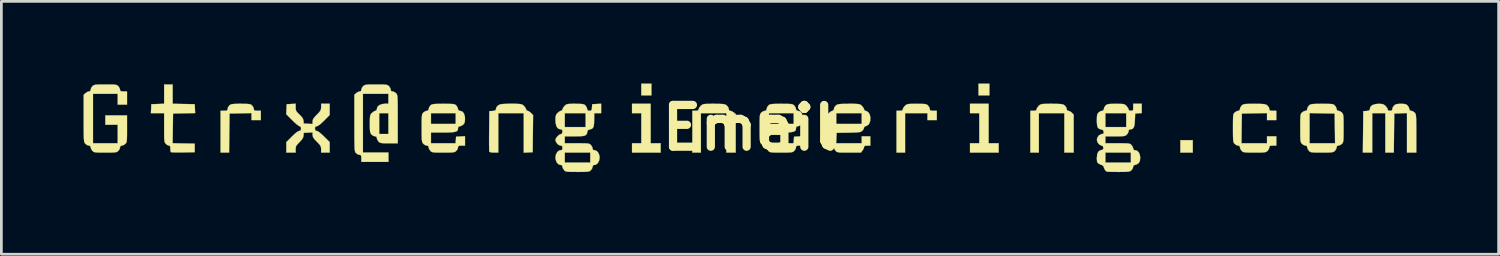
<source format=kicad_pcb>
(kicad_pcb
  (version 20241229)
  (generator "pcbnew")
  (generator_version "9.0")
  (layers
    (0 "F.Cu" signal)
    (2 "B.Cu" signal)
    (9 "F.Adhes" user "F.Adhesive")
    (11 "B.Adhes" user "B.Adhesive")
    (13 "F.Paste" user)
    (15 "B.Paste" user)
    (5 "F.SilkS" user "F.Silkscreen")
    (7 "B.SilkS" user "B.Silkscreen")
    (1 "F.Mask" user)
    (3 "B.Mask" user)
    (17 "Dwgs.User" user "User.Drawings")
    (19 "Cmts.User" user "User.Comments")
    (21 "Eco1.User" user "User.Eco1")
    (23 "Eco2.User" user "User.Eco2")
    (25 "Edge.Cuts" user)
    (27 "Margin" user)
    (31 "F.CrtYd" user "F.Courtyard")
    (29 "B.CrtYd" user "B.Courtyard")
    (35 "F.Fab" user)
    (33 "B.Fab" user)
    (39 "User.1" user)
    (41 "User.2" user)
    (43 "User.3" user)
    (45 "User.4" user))
  (footprint "Email"
    (layer "F.Cu")
    (at 24.304 1.614)
    (property "Reference" "Email" (at 0 0 0) (layer "F.SilkS") (effects (font (size 1.524 1.524) (thickness 0.3))))
    (attr through_hole)
    (fp_poly (pts (xy -3.584 -1.185) (xy -3.951 -1.185) (xy -3.951 -1.609) (xy -3.584 -1.609) (xy -3.584 -1.185)) (stroke (width 0.01) (type solid)) (fill yes) (layer "F.SilkS"))
    (fp_poly (pts (xy 8.749 -1.185) (xy 8.354 -1.185) (xy 8.354 -1.609) (xy 8.749 -1.609) (xy 8.749 -1.185)) (stroke (width 0.01) (type solid)) (fill yes) (layer "F.SilkS"))
    (fp_poly (pts (xy 16.171 0.903) (xy 15.72 0.903) (xy 15.72 0.452) (xy 16.171 0.452) (xy 16.171 0.903)) (stroke (width 0.01) (type solid)) (fill yes) (layer "F.SilkS"))
    (fp_poly (pts (xy -3.612 0.564) (xy -3.246 0.564) (xy -3.246 0.903) (xy -4.29 0.903) (xy -4.29 0.564) (xy -3.951 0.564) (xy -3.951 -0.536) (xy -4.29 -0.536) (xy -4.29 -0.875) (xy -3.612 -0.875) (xy -3.612 0.564)) (stroke (width 0.01) (type solid)) (fill yes) (layer "F.SilkS"))
    (fp_poly (pts (xy 8.721 0.564) (xy 9.088 0.564) (xy 9.088 0.903) (xy 8.043 0.903) (xy 8.043 0.564) (xy 8.382 0.564) (xy 8.382 -0.536) (xy 8.043 -0.536) (xy 8.043 -0.875) (xy 8.721 -0.875) (xy 8.721 0.564)) (stroke (width 0.01) (type solid)) (fill yes) (layer "F.SilkS"))
    (fp_poly (pts (xy 6.248 -0.874) (xy 6.35 -0.871) (xy 6.418 -0.864) (xy 6.462 -0.851) (xy 6.493 -0.83) (xy 6.514 -0.81) (xy 6.558 -0.744) (xy 6.576 -0.683) (xy 6.583 -0.644) (xy 6.613 -0.626) (xy 6.682 -0.621) (xy 6.703 -0.621) (xy 6.83 -0.621) (xy 6.83 -0.282) (xy 6.491 -0.282) (xy 6.491 -0.536) (xy 5.673 -0.536) (xy 5.673 0.903) (xy 5.362 0.903) (xy 5.362 -0.621) (xy 5.475 -0.621) (xy 5.55 -0.626) (xy 5.583 -0.646) (xy 5.588 -0.672) (xy 5.607 -0.724) (xy 5.655 -0.787) (xy 5.667 -0.799) (xy 5.702 -0.831) (xy 5.737 -0.852) (xy 5.784 -0.865) (xy 5.853 -0.872) (xy 5.957 -0.874) (xy 6.1 -0.875) (xy 6.248 -0.874)) (stroke (width 0.01) (type solid)) (fill yes) (layer "F.SilkS"))
    (fp_poly (pts (xy -18.418 -0.874) (xy -18.316 -0.871) (xy -18.248 -0.864) (xy -18.204 -0.851) (xy -18.173 -0.83) (xy -18.152 -0.81) (xy -18.108 -0.744) (xy -18.09 -0.683) (xy -18.084 -0.644) (xy -18.053 -0.626) (xy -17.984 -0.621) (xy -17.963 -0.621) (xy -17.836 -0.621) (xy -17.836 -0.282) (xy -18.175 -0.282) (xy -18.175 -0.538) (xy -18.577 -0.53) (xy -18.979 -0.522) (xy -18.995 0.903) (xy -19.304 0.903) (xy -19.304 -0.621) (xy -19.177 -0.621) (xy -19.098 -0.624) (xy -19.061 -0.639) (xy -19.05 -0.672) (xy -19.05 -0.687) (xy -19.03 -0.752) (xy -18.985 -0.814) (xy -18.953 -0.839) (xy -18.915 -0.857) (xy -18.86 -0.867) (xy -18.776 -0.873) (xy -18.653 -0.875) (xy -18.566 -0.875) (xy -18.418 -0.874)) (stroke (width 0.01) (type solid)) (fill yes) (layer "F.SilkS"))
    (fp_poly (pts (xy -1.148 -0.874) (xy -1.034 -0.871) (xy -0.955 -0.864) (xy -0.902 -0.853) (xy -0.863 -0.835) (xy -0.836 -0.816) (xy -0.78 -0.75) (xy -0.762 -0.689) (xy -0.747 -0.634) (xy -0.709 -0.621) (xy -0.651 -0.604) (xy -0.584 -0.564) (xy -0.582 -0.562) (xy -0.508 -0.504) (xy -0.508 0.903) (xy -0.847 0.903) (xy -0.847 -0.536) (xy -1.778 -0.536) (xy -1.778 0.903) (xy -2.088 0.903) (xy -2.088 -0.621) (xy -1.976 -0.621) (xy -1.901 -0.626) (xy -1.868 -0.646) (xy -1.863 -0.672) (xy -1.843 -0.724) (xy -1.796 -0.787) (xy -1.784 -0.799) (xy -1.75 -0.829) (xy -1.718 -0.85) (xy -1.674 -0.863) (xy -1.61 -0.871) (xy -1.515 -0.874) (xy -1.378 -0.875) (xy -1.308 -0.875) (xy -1.148 -0.874)) (stroke (width 0.01) (type solid)) (fill yes) (layer "F.SilkS"))
    (fp_poly (pts (xy 11.186 -0.874) (xy 11.299 -0.871) (xy 11.378 -0.864) (xy 11.431 -0.853) (xy 11.47 -0.835) (xy 11.497 -0.816) (xy 11.553 -0.75) (xy 11.571 -0.689) (xy 11.585 -0.635) (xy 11.629 -0.621) (xy 11.688 -0.602) (xy 11.752 -0.555) (xy 11.756 -0.552) (xy 11.825 -0.482) (xy 11.825 0.903) (xy 11.486 0.903) (xy 11.486 -0.536) (xy 10.555 -0.536) (xy 10.555 0.903) (xy 10.245 0.903) (xy 10.245 -0.621) (xy 10.358 -0.621) (xy 10.432 -0.626) (xy 10.465 -0.646) (xy 10.47 -0.672) (xy 10.49 -0.724) (xy 10.537 -0.787) (xy 10.55 -0.799) (xy 10.583 -0.829) (xy 10.616 -0.85) (xy 10.659 -0.863) (xy 10.723 -0.871) (xy 10.818 -0.874) (xy 10.955 -0.875) (xy 11.026 -0.875) (xy 11.186 -0.874)) (stroke (width 0.01) (type solid)) (fill yes) (layer "F.SilkS"))
    (fp_poly (pts (xy -21.054 -0.876) (xy -20.652 -0.869) (xy -20.249 -0.861) (xy -20.241 -0.699) (xy -20.233 -0.538) (xy -21.04 -0.522) (xy -21.055 0.563) (xy -20.652 0.571) (xy -20.249 0.579) (xy -20.249 0.889) (xy -20.674 0.897) (xy -20.824 0.898) (xy -20.953 0.897) (xy -21.052 0.894) (xy -21.109 0.888) (xy -21.119 0.885) (xy -21.132 0.846) (xy -21.138 0.776) (xy -21.138 0.757) (xy -21.144 0.684) (xy -21.166 0.653) (xy -21.19 0.649) (xy -21.245 0.63) (xy -21.303 0.584) (xy -21.324 0.558) (xy -21.34 0.528) (xy -21.351 0.485) (xy -21.358 0.42) (xy -21.362 0.326) (xy -21.364 0.193) (xy -21.364 0.013) (xy -21.364 -0.009) (xy -21.364 -0.536) (xy -21.847 -0.536) (xy -21.83 -0.861) (xy -21.597 -0.869) (xy -21.364 -0.877) (xy -21.364 -1.58) (xy -21.054 -1.58) (xy -21.054 -0.876)) (stroke (width 0.01) (type solid)) (fill yes) (layer "F.SilkS"))
    (fp_poly (pts (xy -8.548 -0.875) (xy -8.439 -0.872) (xy -8.365 -0.866) (xy -8.315 -0.855) (xy -8.279 -0.837) (xy -8.247 -0.81) (xy -8.235 -0.799) (xy -8.184 -0.737) (xy -8.157 -0.681) (xy -8.156 -0.672) (xy -8.134 -0.628) (xy -8.105 -0.621) (xy -8.053 -0.602) (xy -7.99 -0.554) (xy -7.978 -0.541) (xy -7.901 -0.461) (xy -7.909 0.214) (xy -7.916 0.889) (xy -8.241 0.906) (xy -8.241 -0.536) (xy -9.172 -0.536) (xy -9.172 0.903) (xy -9.328 0.903) (xy -9.433 0.897) (xy -9.49 0.878) (xy -9.498 0.867) (xy -9.502 0.83) (xy -9.504 0.745) (xy -9.506 0.619) (xy -9.506 0.461) (xy -9.506 0.278) (xy -9.504 0.112) (xy -9.497 -0.607) (xy -9.377 -0.615) (xy -9.301 -0.625) (xy -9.266 -0.645) (xy -9.257 -0.686) (xy -9.257 -0.691) (xy -9.231 -0.762) (xy -9.175 -0.817) (xy -9.136 -0.84) (xy -9.091 -0.857) (xy -9.029 -0.867) (xy -8.939 -0.872) (xy -8.811 -0.875) (xy -8.704 -0.875) (xy -8.548 -0.875)) (stroke (width 0.01) (type solid)) (fill yes) (layer "F.SilkS"))
    (fp_poly (pts (xy 23.873 -0.872) (xy 23.941 -0.859) (xy 23.989 -0.832) (xy 24.012 -0.81) (xy 24.056 -0.744) (xy 24.074 -0.683) (xy 24.089 -0.634) (xy 24.139 -0.621) (xy 24.205 -0.601) (xy 24.266 -0.556) (xy 24.285 -0.533) (xy 24.3 -0.507) (xy 24.311 -0.471) (xy 24.318 -0.416) (xy 24.323 -0.336) (xy 24.326 -0.224) (xy 24.327 -0.072) (xy 24.328 0.127) (xy 24.328 0.206) (xy 24.328 0.903) (xy 23.989 0.903) (xy 23.989 -0.539) (xy 23.756 -0.53) (xy 23.523 -0.522) (xy 23.508 0.903) (xy 23.199 0.903) (xy 23.199 -0.536) (xy 22.719 -0.536) (xy 22.719 0.903) (xy 22.379 0.903) (xy 22.387 0.148) (xy 22.394 -0.607) (xy 22.514 -0.615) (xy 22.59 -0.625) (xy 22.625 -0.645) (xy 22.634 -0.686) (xy 22.634 -0.691) (xy 22.66 -0.773) (xy 22.733 -0.832) (xy 22.849 -0.867) (xy 22.954 -0.875) (xy 23.057 -0.871) (xy 23.125 -0.856) (xy 23.178 -0.822) (xy 23.204 -0.799) (xy 23.256 -0.737) (xy 23.282 -0.681) (xy 23.283 -0.672) (xy 23.299 -0.634) (xy 23.356 -0.621) (xy 23.368 -0.621) (xy 23.429 -0.629) (xy 23.451 -0.661) (xy 23.453 -0.687) (xy 23.473 -0.752) (xy 23.518 -0.814) (xy 23.567 -0.849) (xy 23.63 -0.868) (xy 23.725 -0.875) (xy 23.767 -0.875) (xy 23.873 -0.872)) (stroke (width 0.01) (type solid)) (fill yes) (layer "F.SilkS"))
    (fp_poly (pts (xy 18.58 -0.874) (xy 18.694 -0.871) (xy 18.772 -0.864) (xy 18.826 -0.853) (xy 18.864 -0.835) (xy 18.891 -0.816) (xy 18.947 -0.75) (xy 18.965 -0.689) (xy 18.971 -0.647) (xy 18.998 -0.627) (xy 19.061 -0.621) (xy 19.092 -0.621) (xy 19.219 -0.621) (xy 19.219 -0.282) (xy 18.881 -0.282) (xy 18.881 -0.538) (xy 18.422 -0.53) (xy 17.963 -0.522) (xy 17.948 0.564) (xy 18.881 0.564) (xy 18.881 0.31) (xy 19.219 0.31) (xy 19.219 0.649) (xy 19.092 0.649) (xy 19.014 0.652) (xy 18.977 0.667) (xy 18.966 0.701) (xy 18.965 0.715) (xy 18.945 0.781) (xy 18.9 0.842) (xy 18.871 0.866) (xy 18.836 0.883) (xy 18.786 0.893) (xy 18.71 0.9) (xy 18.599 0.902) (xy 18.443 0.903) (xy 18.425 0.903) (xy 18.265 0.903) (xy 18.151 0.9) (xy 18.073 0.895) (xy 18.023 0.885) (xy 17.989 0.869) (xy 17.962 0.846) (xy 17.954 0.838) (xy 17.91 0.772) (xy 17.893 0.711) (xy 17.877 0.662) (xy 17.827 0.649) (xy 17.761 0.629) (xy 17.7 0.584) (xy 17.678 0.558) (xy 17.662 0.527) (xy 17.651 0.483) (xy 17.645 0.417) (xy 17.641 0.32) (xy 17.639 0.184) (xy 17.639 0.01) (xy 17.639 -0.171) (xy 17.641 -0.304) (xy 17.644 -0.398) (xy 17.651 -0.462) (xy 17.662 -0.504) (xy 17.678 -0.532) (xy 17.701 -0.556) (xy 17.704 -0.56) (xy 17.77 -0.604) (xy 17.831 -0.621) (xy 17.88 -0.636) (xy 17.893 -0.687) (xy 17.913 -0.752) (xy 17.958 -0.814) (xy 17.988 -0.838) (xy 18.023 -0.855) (xy 18.075 -0.866) (xy 18.152 -0.872) (xy 18.265 -0.874) (xy 18.42 -0.875) (xy 18.58 -0.874)) (stroke (width 0.01) (type solid)) (fill yes) (layer "F.SilkS"))
    (fp_poly (pts (xy -23.345 -1.58) (xy -23.231 -1.578) (xy -23.153 -1.572) (xy -23.103 -1.562) (xy -23.069 -1.546) (xy -23.042 -1.523) (xy -23.034 -1.515) (xy -22.99 -1.449) (xy -22.973 -1.388) (xy -22.966 -1.35) (xy -22.935 -1.332) (xy -22.866 -1.327) (xy -22.846 -1.326) (xy -22.719 -1.326) (xy -22.719 -0.847) (xy -23.058 -0.847) (xy -23.058 -1.242) (xy -23.961 -1.242) (xy -23.961 0.564) (xy -23.058 0.564) (xy -23.058 -0.113) (xy -23.509 -0.113) (xy -23.509 -0.452) (xy -22.719 -0.452) (xy -22.719 0.037) (xy -22.719 0.215) (xy -22.721 0.344) (xy -22.725 0.435) (xy -22.732 0.496) (xy -22.744 0.536) (xy -22.761 0.564) (xy -22.784 0.588) (xy -22.85 0.632) (xy -22.911 0.649) (xy -22.96 0.665) (xy -22.973 0.715) (xy -22.993 0.781) (xy -23.038 0.842) (xy -23.068 0.866) (xy -23.102 0.883) (xy -23.152 0.893) (xy -23.228 0.9) (xy -23.339 0.902) (xy -23.496 0.903) (xy -23.513 0.903) (xy -23.674 0.903) (xy -23.788 0.9) (xy -23.865 0.895) (xy -23.916 0.885) (xy -23.949 0.869) (xy -23.976 0.846) (xy -23.984 0.838) (xy -24.028 0.772) (xy -24.045 0.711) (xy -24.061 0.662) (xy -24.111 0.649) (xy -24.177 0.629) (xy -24.238 0.584) (xy -24.255 0.564) (xy -24.269 0.541) (xy -24.28 0.508) (xy -24.287 0.46) (xy -24.293 0.389) (xy -24.296 0.29) (xy -24.298 0.155) (xy -24.299 -0.02) (xy -24.299 -0.243) (xy -24.299 -0.343) (xy -24.299 -1.204) (xy -24.234 -1.265) (xy -24.168 -1.309) (xy -24.107 -1.326) (xy -24.058 -1.342) (xy -24.045 -1.392) (xy -24.025 -1.458) (xy -23.98 -1.519) (xy -23.951 -1.543) (xy -23.916 -1.56) (xy -23.866 -1.571) (xy -23.79 -1.577) (xy -23.679 -1.58) (xy -23.523 -1.58) (xy -23.505 -1.58) (xy -23.345 -1.58)) (stroke (width 0.01) (type solid)) (fill yes) (layer "F.SilkS"))
    (fp_poly (pts (xy -16.566 -0.746) (xy -16.563 -0.672) (xy -16.545 -0.616) (xy -16.505 -0.56) (xy -16.431 -0.487) (xy -16.427 -0.484) (xy -16.344 -0.397) (xy -16.297 -0.326) (xy -16.279 -0.255) (xy -16.279 -0.254) (xy -16.27 -0.155) (xy -16.108 -0.147) (xy -15.946 -0.138) (xy -15.946 -0.232) (xy -15.938 -0.291) (xy -15.908 -0.349) (xy -15.849 -0.42) (xy -15.79 -0.48) (xy -15.71 -0.562) (xy -15.664 -0.622) (xy -15.642 -0.675) (xy -15.635 -0.737) (xy -15.635 -0.754) (xy -15.635 -0.875) (xy -15.325 -0.875) (xy -15.325 -0.467) (xy -15.529 -0.262) (xy -15.647 -0.149) (xy -15.737 -0.08) (xy -15.796 -0.056) (xy -15.797 -0.056) (xy -15.843 -0.046) (xy -15.86 -0.003) (xy -15.861 0.028) (xy -15.853 0.089) (xy -15.82 0.111) (xy -15.798 0.113) (xy -15.743 0.135) (xy -15.658 0.198) (xy -15.547 0.3) (xy -15.53 0.317) (xy -15.325 0.521) (xy -15.325 0.903) (xy -15.635 0.903) (xy -15.635 0.782) (xy -15.639 0.716) (xy -15.657 0.662) (xy -15.697 0.605) (xy -15.769 0.529) (xy -15.79 0.508) (xy -15.874 0.421) (xy -15.921 0.356) (xy -15.942 0.299) (xy -15.946 0.261) (xy -15.946 0.167) (xy -16.108 0.175) (xy -16.27 0.183) (xy -16.279 0.285) (xy -16.295 0.355) (xy -16.338 0.427) (xy -16.417 0.513) (xy -16.427 0.524) (xy -16.502 0.602) (xy -16.545 0.661) (xy -16.563 0.718) (xy -16.566 0.782) (xy -16.566 0.903) (xy -16.905 0.903) (xy -16.905 0.523) (xy -16.701 0.318) (xy -16.582 0.206) (xy -16.493 0.137) (xy -16.434 0.113) (xy -16.433 0.113) (xy -16.387 0.102) (xy -16.37 0.06) (xy -16.369 0.028) (xy -16.379 -0.035) (xy -16.413 -0.056) (xy -16.419 -0.056) (xy -16.458 -0.076) (xy -16.526 -0.127) (xy -16.612 -0.203) (xy -16.689 -0.277) (xy -16.908 -0.498) (xy -16.9 -0.679) (xy -16.891 -0.861) (xy -16.729 -0.869) (xy -16.566 -0.878) (xy -16.566 -0.746)) (stroke (width 0.01) (type solid)) (fill yes) (layer "F.SilkS"))
    (fp_poly (pts (xy 3.779 -0.875) (xy 3.89 -0.872) (xy 3.965 -0.867) (xy 4.016 -0.856) (xy 4.052 -0.839) (xy 4.083 -0.813) (xy 4.098 -0.799) (xy 4.149 -0.737) (xy 4.176 -0.681) (xy 4.177 -0.672) (xy 4.199 -0.628) (xy 4.228 -0.621) (xy 4.283 -0.601) (xy 4.341 -0.556) (xy 4.388 -0.472) (xy 4.407 -0.363) (xy 4.399 -0.249) (xy 4.365 -0.153) (xy 4.337 -0.118) (xy 4.277 -0.074) (xy 4.224 -0.056) (xy 4.184 -0.033) (xy 4.177 -0.005) (xy 4.157 0.05) (xy 4.112 0.107) (xy 4.084 0.13) (xy 4.048 0.147) (xy 3.997 0.159) (xy 3.92 0.166) (xy 3.807 0.171) (xy 3.65 0.175) (xy 3.611 0.176) (xy 3.175 0.183) (xy 3.158 0.564) (xy 4.092 0.564) (xy 4.092 0.31) (xy 4.403 0.31) (xy 4.403 0.649) (xy 4.29 0.649) (xy 4.215 0.654) (xy 4.183 0.674) (xy 4.177 0.702) (xy 4.16 0.76) (xy 4.12 0.827) (xy 4.118 0.829) (xy 4.06 0.903) (xy 3.629 0.903) (xy 3.464 0.903) (xy 3.346 0.901) (xy 3.265 0.896) (xy 3.212 0.887) (xy 3.177 0.872) (xy 3.15 0.851) (xy 3.138 0.838) (xy 3.094 0.772) (xy 3.076 0.711) (xy 3.061 0.663) (xy 3.008 0.649) (xy 3.008 0.649) (xy 2.937 0.625) (xy 2.881 0.575) (xy 2.859 0.544) (xy 2.844 0.507) (xy 2.833 0.456) (xy 2.827 0.38) (xy 2.824 0.272) (xy 2.822 0.122) (xy 2.822 0.016) (xy 2.822 -0.469) (xy 2.892 -0.536) (xy 3.161 -0.536) (xy 3.161 -0.141) (xy 4.092 -0.141) (xy 4.092 -0.536) (xy 3.161 -0.536) (xy 2.892 -0.536) (xy 2.901 -0.545) (xy 2.965 -0.595) (xy 3.02 -0.62) (xy 3.028 -0.621) (xy 3.068 -0.644) (xy 3.076 -0.689) (xy 3.1 -0.76) (xy 3.151 -0.816) (xy 3.185 -0.84) (xy 3.226 -0.856) (xy 3.285 -0.866) (xy 3.37 -0.872) (xy 3.494 -0.874) (xy 3.622 -0.875) (xy 3.779 -0.875)) (stroke (width 0.01) (type solid)) (fill yes) (layer "F.SilkS"))
    (fp_poly (pts (xy 21.049 -0.874) (xy 21.163 -0.872) (xy 21.24 -0.867) (xy 21.291 -0.857) (xy 21.325 -0.841) (xy 21.352 -0.818) (xy 21.359 -0.81) (xy 21.403 -0.744) (xy 21.421 -0.683) (xy 21.436 -0.634) (xy 21.486 -0.621) (xy 21.552 -0.601) (xy 21.613 -0.556) (xy 21.635 -0.529) (xy 21.651 -0.499) (xy 21.662 -0.455) (xy 21.669 -0.389) (xy 21.673 -0.292) (xy 21.674 -0.156) (xy 21.675 0.018) (xy 21.674 0.199) (xy 21.673 0.332) (xy 21.669 0.427) (xy 21.662 0.49) (xy 21.651 0.532) (xy 21.635 0.56) (xy 21.613 0.584) (xy 21.609 0.588) (xy 21.544 0.632) (xy 21.482 0.649) (xy 21.434 0.665) (xy 21.421 0.715) (xy 21.401 0.781) (xy 21.355 0.842) (xy 21.326 0.866) (xy 21.291 0.883) (xy 21.241 0.893) (xy 21.165 0.9) (xy 21.054 0.902) (xy 20.898 0.903) (xy 20.88 0.903) (xy 20.72 0.903) (xy 20.606 0.9) (xy 20.529 0.895) (xy 20.478 0.885) (xy 20.444 0.869) (xy 20.417 0.846) (xy 20.41 0.838) (xy 20.366 0.772) (xy 20.348 0.711) (xy 20.333 0.662) (xy 20.283 0.649) (xy 20.217 0.629) (xy 20.156 0.584) (xy 20.139 0.564) (xy 20.433 0.564) (xy 21.365 0.564) (xy 21.35 -0.522) (xy 20.892 -0.53) (xy 20.433 -0.538) (xy 20.433 0.564) (xy 20.139 0.564) (xy 20.134 0.558) (xy 20.118 0.527) (xy 20.107 0.483) (xy 20.1 0.417) (xy 20.096 0.32) (xy 20.095 0.184) (xy 20.094 0.01) (xy 20.094 -0.171) (xy 20.096 -0.304) (xy 20.1 -0.398) (xy 20.106 -0.462) (xy 20.117 -0.504) (xy 20.134 -0.532) (xy 20.156 -0.556) (xy 20.16 -0.56) (xy 20.225 -0.604) (xy 20.287 -0.621) (xy 20.335 -0.636) (xy 20.348 -0.687) (xy 20.368 -0.752) (xy 20.414 -0.814) (xy 20.443 -0.838) (xy 20.478 -0.854) (xy 20.528 -0.865) (xy 20.603 -0.871) (xy 20.714 -0.874) (xy 20.871 -0.875) (xy 20.888 -0.875) (xy 21.049 -0.874)) (stroke (width 0.01) (type solid)) (fill yes) (layer "F.SilkS"))
    (fp_poly (pts (xy -11.012 -0.874) (xy -10.898 -0.872) (xy -10.82 -0.867) (xy -10.77 -0.857) (xy -10.736 -0.841) (xy -10.709 -0.818) (xy -10.701 -0.81) (xy -10.657 -0.744) (xy -10.64 -0.683) (xy -10.624 -0.634) (xy -10.574 -0.621) (xy -10.487 -0.596) (xy -10.425 -0.524) (xy -10.391 -0.411) (xy -10.386 -0.335) (xy -10.391 -0.234) (xy -10.41 -0.169) (xy -10.45 -0.119) (xy -10.451 -0.118) (xy -10.517 -0.074) (xy -10.578 -0.056) (xy -10.627 -0.041) (xy -10.64 0.01) (xy -10.645 0.065) (xy -10.667 0.106) (xy -10.712 0.135) (xy -10.787 0.154) (xy -10.899 0.164) (xy -11.056 0.169) (xy -11.185 0.169) (xy -11.628 0.169) (xy -11.628 0.564) (xy -10.728 0.564) (xy -10.719 0.445) (xy -10.71 0.325) (xy -10.548 0.316) (xy -10.386 0.308) (xy -10.386 0.649) (xy -10.513 0.649) (xy -10.591 0.652) (xy -10.629 0.667) (xy -10.639 0.701) (xy -10.64 0.715) (xy -10.66 0.781) (xy -10.705 0.842) (xy -10.734 0.866) (xy -10.769 0.883) (xy -10.819 0.893) (xy -10.895 0.9) (xy -11.006 0.902) (xy -11.163 0.903) (xy -11.18 0.903) (xy -11.34 0.903) (xy -11.454 0.9) (xy -11.532 0.895) (xy -11.582 0.885) (xy -11.616 0.869) (xy -11.643 0.846) (xy -11.651 0.838) (xy -11.695 0.772) (xy -11.712 0.711) (xy -11.728 0.662) (xy -11.778 0.649) (xy -11.844 0.629) (xy -11.905 0.584) (xy -11.927 0.558) (xy -11.943 0.527) (xy -11.954 0.483) (xy -11.961 0.417) (xy -11.964 0.32) (xy -11.966 0.184) (xy -11.966 0.01) (xy -11.966 -0.171) (xy -11.964 -0.304) (xy -11.961 -0.398) (xy -11.954 -0.462) (xy -11.943 -0.504) (xy -11.927 -0.532) (xy -11.923 -0.536) (xy -11.628 -0.536) (xy -11.628 -0.141) (xy -10.724 -0.141) (xy -10.724 -0.536) (xy -11.628 -0.536) (xy -11.923 -0.536) (xy -11.905 -0.556) (xy -11.901 -0.56) (xy -11.835 -0.604) (xy -11.774 -0.621) (xy -11.725 -0.636) (xy -11.712 -0.687) (xy -11.692 -0.752) (xy -11.647 -0.814) (xy -11.618 -0.838) (xy -11.583 -0.854) (xy -11.533 -0.865) (xy -11.457 -0.871) (xy -11.346 -0.874) (xy -11.189 -0.875) (xy -11.172 -0.875) (xy -11.012 -0.874)) (stroke (width 0.01) (type solid)) (fill yes) (layer "F.SilkS"))
    (fp_poly (pts (xy 1.322 -0.874) (xy 1.436 -0.872) (xy 1.513 -0.867) (xy 1.564 -0.857) (xy 1.597 -0.841) (xy 1.624 -0.818) (xy 1.632 -0.81) (xy 1.676 -0.744) (xy 1.693 -0.683) (xy 1.709 -0.634) (xy 1.759 -0.621) (xy 1.846 -0.596) (xy 1.908 -0.524) (xy 1.942 -0.411) (xy 1.947 -0.335) (xy 1.942 -0.234) (xy 1.923 -0.169) (xy 1.883 -0.119) (xy 1.882 -0.118) (xy 1.816 -0.074) (xy 1.755 -0.056) (xy 1.706 -0.041) (xy 1.693 0.01) (xy 1.688 0.065) (xy 1.666 0.106) (xy 1.621 0.135) (xy 1.546 0.154) (xy 1.434 0.164) (xy 1.277 0.169) (xy 1.148 0.169) (xy 0.706 0.169) (xy 0.706 0.564) (xy 1.605 0.564) (xy 1.614 0.445) (xy 1.623 0.325) (xy 1.785 0.316) (xy 1.947 0.308) (xy 1.947 0.649) (xy 1.82 0.649) (xy 1.742 0.652) (xy 1.705 0.667) (xy 1.694 0.701) (xy 1.693 0.715) (xy 1.673 0.781) (xy 1.628 0.842) (xy 1.599 0.866) (xy 1.564 0.883) (xy 1.514 0.893) (xy 1.438 0.9) (xy 1.327 0.902) (xy 1.171 0.903) (xy 1.153 0.903) (xy 0.993 0.903) (xy 0.879 0.9) (xy 0.801 0.895) (xy 0.751 0.885) (xy 0.717 0.869) (xy 0.69 0.846) (xy 0.682 0.838) (xy 0.638 0.772) (xy 0.621 0.711) (xy 0.605 0.662) (xy 0.555 0.649) (xy 0.489 0.629) (xy 0.428 0.584) (xy 0.406 0.558) (xy 0.39 0.527) (xy 0.379 0.483) (xy 0.373 0.417) (xy 0.369 0.32) (xy 0.367 0.184) (xy 0.367 0.01) (xy 0.367 -0.171) (xy 0.369 -0.304) (xy 0.372 -0.398) (xy 0.379 -0.462) (xy 0.39 -0.504) (xy 0.406 -0.532) (xy 0.41 -0.536) (xy 0.706 -0.536) (xy 0.706 -0.141) (xy 1.609 -0.141) (xy 1.609 -0.536) (xy 0.706 -0.536) (xy 0.41 -0.536) (xy 0.429 -0.556) (xy 0.432 -0.56) (xy 0.498 -0.604) (xy 0.559 -0.621) (xy 0.608 -0.636) (xy 0.621 -0.687) (xy 0.641 -0.752) (xy 0.686 -0.814) (xy 0.716 -0.838) (xy 0.75 -0.854) (xy 0.8 -0.865) (xy 0.876 -0.871) (xy 0.987 -0.874) (xy 1.144 -0.875) (xy 1.161 -0.875) (xy 1.322 -0.874)) (stroke (width 0.01) (type solid)) (fill yes) (layer "F.SilkS"))
    (fp_poly (pts (xy -13.467 -1.58) (xy -13.353 -1.578) (xy -13.276 -1.572) (xy -13.225 -1.562) (xy -13.191 -1.546) (xy -13.164 -1.523) (xy -13.156 -1.515) (xy -13.112 -1.449) (xy -13.095 -1.388) (xy -13.08 -1.339) (xy -13.029 -1.326) (xy -12.964 -1.307) (xy -12.902 -1.261) (xy -12.885 -1.241) (xy -12.872 -1.219) (xy -12.861 -1.186) (xy -12.853 -1.138) (xy -12.848 -1.069) (xy -12.844 -0.971) (xy -12.842 -0.838) (xy -12.841 -0.665) (xy -12.841 -0.444) (xy -12.841 -0.316) (xy -12.841 0.564) (xy -13.161 0.564) (xy -13.301 0.564) (xy -13.396 0.56) (xy -13.458 0.551) (xy -13.499 0.536) (xy -13.53 0.511) (xy -13.542 0.499) (xy -13.586 0.433) (xy -13.603 0.372) (xy -13.619 0.323) (xy -13.669 0.31) (xy -13.735 0.291) (xy -13.796 0.245) (xy -13.822 0.212) (xy -13.84 0.172) (xy -13.851 0.113) (xy -13.856 0.025) (xy -13.857 -0.106) (xy -13.857 -0.145) (xy -13.857 -0.285) (xy -13.853 -0.38) (xy -13.845 -0.443) (xy -13.83 -0.485) (xy -13.805 -0.518) (xy -13.787 -0.536) (xy -13.518 -0.536) (xy -13.518 0.226) (xy -13.18 0.226) (xy -13.18 -0.536) (xy -13.518 -0.536) (xy -13.787 -0.536) (xy -13.778 -0.545) (xy -13.715 -0.595) (xy -13.659 -0.62) (xy -13.651 -0.621) (xy -13.612 -0.644) (xy -13.603 -0.689) (xy -13.577 -0.769) (xy -13.506 -0.831) (xy -13.4 -0.868) (xy -13.317 -0.875) (xy -13.18 -0.875) (xy -13.18 -1.242) (xy -14.111 -1.242) (xy -14.111 0.903) (xy -13.18 0.903) (xy -13.18 1.242) (xy -14.168 1.242) (xy -14.168 1.115) (xy -14.171 1.036) (xy -14.185 0.999) (xy -14.219 0.988) (xy -14.233 0.988) (xy -14.299 0.968) (xy -14.36 0.922) (xy -14.376 0.904) (xy -14.389 0.883) (xy -14.399 0.854) (xy -14.407 0.81) (xy -14.413 0.746) (xy -14.417 0.656) (xy -14.419 0.535) (xy -14.421 0.377) (xy -14.421 0.176) (xy -14.422 -0.074) (xy -14.422 -0.173) (xy -14.422 -1.204) (xy -14.356 -1.265) (xy -14.291 -1.309) (xy -14.229 -1.326) (xy -14.18 -1.342) (xy -14.168 -1.392) (xy -14.148 -1.458) (xy -14.102 -1.519) (xy -14.073 -1.543) (xy -14.038 -1.56) (xy -13.988 -1.571) (xy -13.912 -1.577) (xy -13.801 -1.58) (xy -13.645 -1.58) (xy -13.627 -1.58) (xy -13.467 -1.58)) (stroke (width 0.01) (type solid)) (fill yes) (layer "F.SilkS"))
    (fp_poly (pts (xy -5.419 -0.536) (xy -5.673 -0.536) (xy -5.673 -0.287) (xy -5.677 -0.143) (xy -5.693 -0.046) (xy -5.726 0.014) (xy -5.78 0.047) (xy -5.842 0.061) (xy -5.902 0.088) (xy -5.922 0.141) (xy -5.936 0.206) (xy -5.962 0.252) (xy -6.009 0.282) (xy -6.087 0.3) (xy -6.202 0.308) (xy -6.365 0.31) (xy -6.383 0.31) (xy -6.745 0.31) (xy -6.745 0.564) (xy -6.298 0.564) (xy -6.13 0.565) (xy -6.009 0.567) (xy -5.925 0.571) (xy -5.87 0.58) (xy -5.833 0.594) (xy -5.806 0.614) (xy -5.79 0.63) (xy -5.746 0.695) (xy -5.729 0.757) (xy -5.714 0.805) (xy -5.661 0.818) (xy -5.661 0.818) (xy -5.583 0.844) (xy -5.52 0.914) (xy -5.482 1.013) (xy -5.475 1.087) (xy -5.493 1.199) (xy -5.541 1.289) (xy -5.61 1.344) (xy -5.661 1.355) (xy -5.714 1.368) (xy -5.729 1.416) (xy -5.729 1.42) (xy -5.749 1.486) (xy -5.794 1.547) (xy -5.823 1.571) (xy -5.857 1.588) (xy -5.906 1.599) (xy -5.98 1.605) (xy -6.089 1.608) (xy -6.242 1.609) (xy -6.283 1.609) (xy -6.447 1.608) (xy -6.564 1.606) (xy -6.644 1.601) (xy -6.696 1.592) (xy -6.731 1.577) (xy -6.757 1.555) (xy -6.768 1.543) (xy -6.812 1.478) (xy -6.83 1.416) (xy -6.845 1.368) (xy -6.898 1.355) (xy -6.898 1.355) (xy -6.976 1.329) (xy -7.039 1.26) (xy -7.076 1.16) (xy -7.084 1.087) (xy -7.066 0.974) (xy -7.028 0.903) (xy -6.745 0.903) (xy -6.745 1.27) (xy -5.814 1.27) (xy -5.814 0.903) (xy -6.745 0.903) (xy -7.028 0.903) (xy -7.018 0.884) (xy -6.949 0.829) (xy -6.898 0.818) (xy -6.849 0.809) (xy -6.831 0.769) (xy -6.83 0.734) (xy -6.837 0.673) (xy -6.87 0.651) (xy -6.898 0.649) (xy -6.968 0.625) (xy -7.033 0.564) (xy -7.076 0.486) (xy -7.084 0.439) (xy -7.062 0.377) (xy -7.009 0.308) (xy -6.943 0.252) (xy -6.882 0.226) (xy -6.878 0.226) (xy -6.841 0.207) (xy -6.83 0.145) (xy -6.83 0.141) (xy -6.837 0.08) (xy -6.87 0.058) (xy -6.898 0.056) (xy -6.982 0.031) (xy -7.042 -0.043) (xy -7.076 -0.163) (xy -7.084 -0.277) (xy -7.081 -0.383) (xy -7.068 -0.453) (xy -7.041 -0.504) (xy -7.013 -0.536) (xy -6.745 -0.536) (xy -6.745 -0.028) (xy -5.983 -0.028) (xy -5.983 -0.536) (xy -6.745 -0.536) (xy -7.013 -0.536) (xy -7.008 -0.542) (xy -6.946 -0.593) (xy -6.89 -0.62) (xy -6.881 -0.621) (xy -6.838 -0.642) (xy -6.83 -0.669) (xy -6.811 -0.719) (xy -6.766 -0.783) (xy -6.754 -0.796) (xy -6.719 -0.83) (xy -6.684 -0.853) (xy -6.636 -0.866) (xy -6.565 -0.873) (xy -6.457 -0.875) (xy -6.364 -0.875) (xy -6.225 -0.874) (xy -6.131 -0.87) (xy -6.07 -0.861) (xy -6.029 -0.845) (xy -5.998 -0.82) (xy -5.988 -0.81) (xy -5.944 -0.744) (xy -5.927 -0.683) (xy -5.915 -0.638) (xy -5.87 -0.622) (xy -5.844 -0.621) (xy -5.791 -0.626) (xy -5.765 -0.65) (xy -5.754 -0.711) (xy -5.752 -0.741) (xy -5.743 -0.861) (xy -5.581 -0.869) (xy -5.419 -0.878) (xy -5.419 -0.536)) (stroke (width 0.01) (type solid)) (fill yes) (layer "F.SilkS"))
    (fp_poly (pts (xy 14.309 -0.539) (xy 14.189 -0.531) (xy 14.069 -0.522) (xy 14.06 -0.283) (xy 14.049 -0.133) (xy 14.026 -0.032) (xy 13.986 0.028) (xy 13.927 0.054) (xy 13.895 0.056) (xy 13.843 0.07) (xy 13.829 0.121) (xy 13.829 0.122) (xy 13.809 0.188) (xy 13.764 0.249) (xy 13.732 0.275) (xy 13.694 0.292) (xy 13.64 0.303) (xy 13.557 0.308) (xy 13.435 0.31) (xy 13.34 0.31) (xy 12.982 0.31) (xy 12.982 0.564) (xy 13.429 0.564) (xy 13.597 0.565) (xy 13.719 0.567) (xy 13.802 0.571) (xy 13.858 0.58) (xy 13.894 0.594) (xy 13.921 0.614) (xy 13.937 0.63) (xy 13.981 0.695) (xy 13.998 0.757) (xy 14.014 0.806) (xy 14.064 0.818) (xy 14.15 0.844) (xy 14.213 0.915) (xy 14.247 1.023) (xy 14.252 1.091) (xy 14.245 1.189) (xy 14.22 1.255) (xy 14.187 1.293) (xy 14.121 1.337) (xy 14.06 1.355) (xy 14.011 1.37) (xy 13.998 1.42) (xy 13.978 1.486) (xy 13.933 1.547) (xy 13.904 1.571) (xy 13.87 1.588) (xy 13.821 1.599) (xy 13.747 1.605) (xy 13.639 1.608) (xy 13.486 1.609) (xy 13.442 1.609) (xy 13.279 1.608) (xy 13.162 1.606) (xy 13.084 1.602) (xy 13.034 1.593) (xy 13.004 1.578) (xy 12.984 1.557) (xy 12.975 1.544) (xy 12.938 1.474) (xy 12.922 1.424) (xy 12.888 1.374) (xy 12.856 1.359) (xy 12.79 1.335) (xy 12.736 1.306) (xy 12.698 1.272) (xy 12.679 1.223) (xy 12.672 1.142) (xy 12.672 1.104) (xy 12.685 0.963) (xy 12.712 0.903) (xy 12.982 0.903) (xy 12.982 1.27) (xy 13.914 1.27) (xy 13.914 0.903) (xy 12.982 0.903) (xy 12.712 0.903) (xy 12.727 0.87) (xy 12.798 0.821) (xy 12.834 0.813) (xy 12.892 0.795) (xy 12.911 0.749) (xy 12.912 0.734) (xy 12.894 0.673) (xy 12.855 0.654) (xy 12.766 0.612) (xy 12.699 0.535) (xy 12.672 0.441) (xy 12.672 0.437) (xy 12.695 0.347) (xy 12.754 0.272) (xy 12.834 0.23) (xy 12.866 0.226) (xy 12.911 0.216) (xy 12.923 0.176) (xy 12.921 0.148) (xy 12.899 0.086) (xy 12.844 0.061) (xy 12.841 0.061) (xy 12.764 0.041) (xy 12.714 0.000049) (xy 12.685 -0.072) (xy 12.673 -0.184) (xy 12.672 -0.268) (xy 12.674 -0.385) (xy 12.681 -0.462) (xy 12.698 -0.511) (xy 12.717 -0.536) (xy 12.982 -0.536) (xy 12.982 -0.028) (xy 13.744 -0.028) (xy 13.744 -0.536) (xy 12.982 -0.536) (xy 12.717 -0.536) (xy 12.727 -0.549) (xy 12.737 -0.56) (xy 12.803 -0.604) (xy 12.864 -0.621) (xy 12.913 -0.636) (xy 12.926 -0.687) (xy 12.946 -0.752) (xy 12.991 -0.814) (xy 13.025 -0.841) (xy 13.067 -0.859) (xy 13.127 -0.869) (xy 13.219 -0.874) (xy 13.353 -0.875) (xy 13.367 -0.875) (xy 13.503 -0.874) (xy 13.596 -0.871) (xy 13.656 -0.862) (xy 13.697 -0.845) (xy 13.731 -0.818) (xy 13.753 -0.796) (xy 13.803 -0.732) (xy 13.828 -0.677) (xy 13.829 -0.669) (xy 13.848 -0.632) (xy 13.91 -0.621) (xy 13.914 -0.621) (xy 13.966 -0.625) (xy 13.99 -0.646) (xy 13.998 -0.7) (xy 13.998 -0.748) (xy 13.998 -0.875) (xy 14.309 -0.875) (xy 14.309 -0.539)) (stroke (width 0.01) (type solid)) (fill yes) (layer "F.SilkS")))
  (gr_rect
    (start -3 -3)
    (end 51.637 6.227)
    (stroke (width 0.1) (type default))
    (fill no)
    (layer "Edge.Cuts")))
</source>
